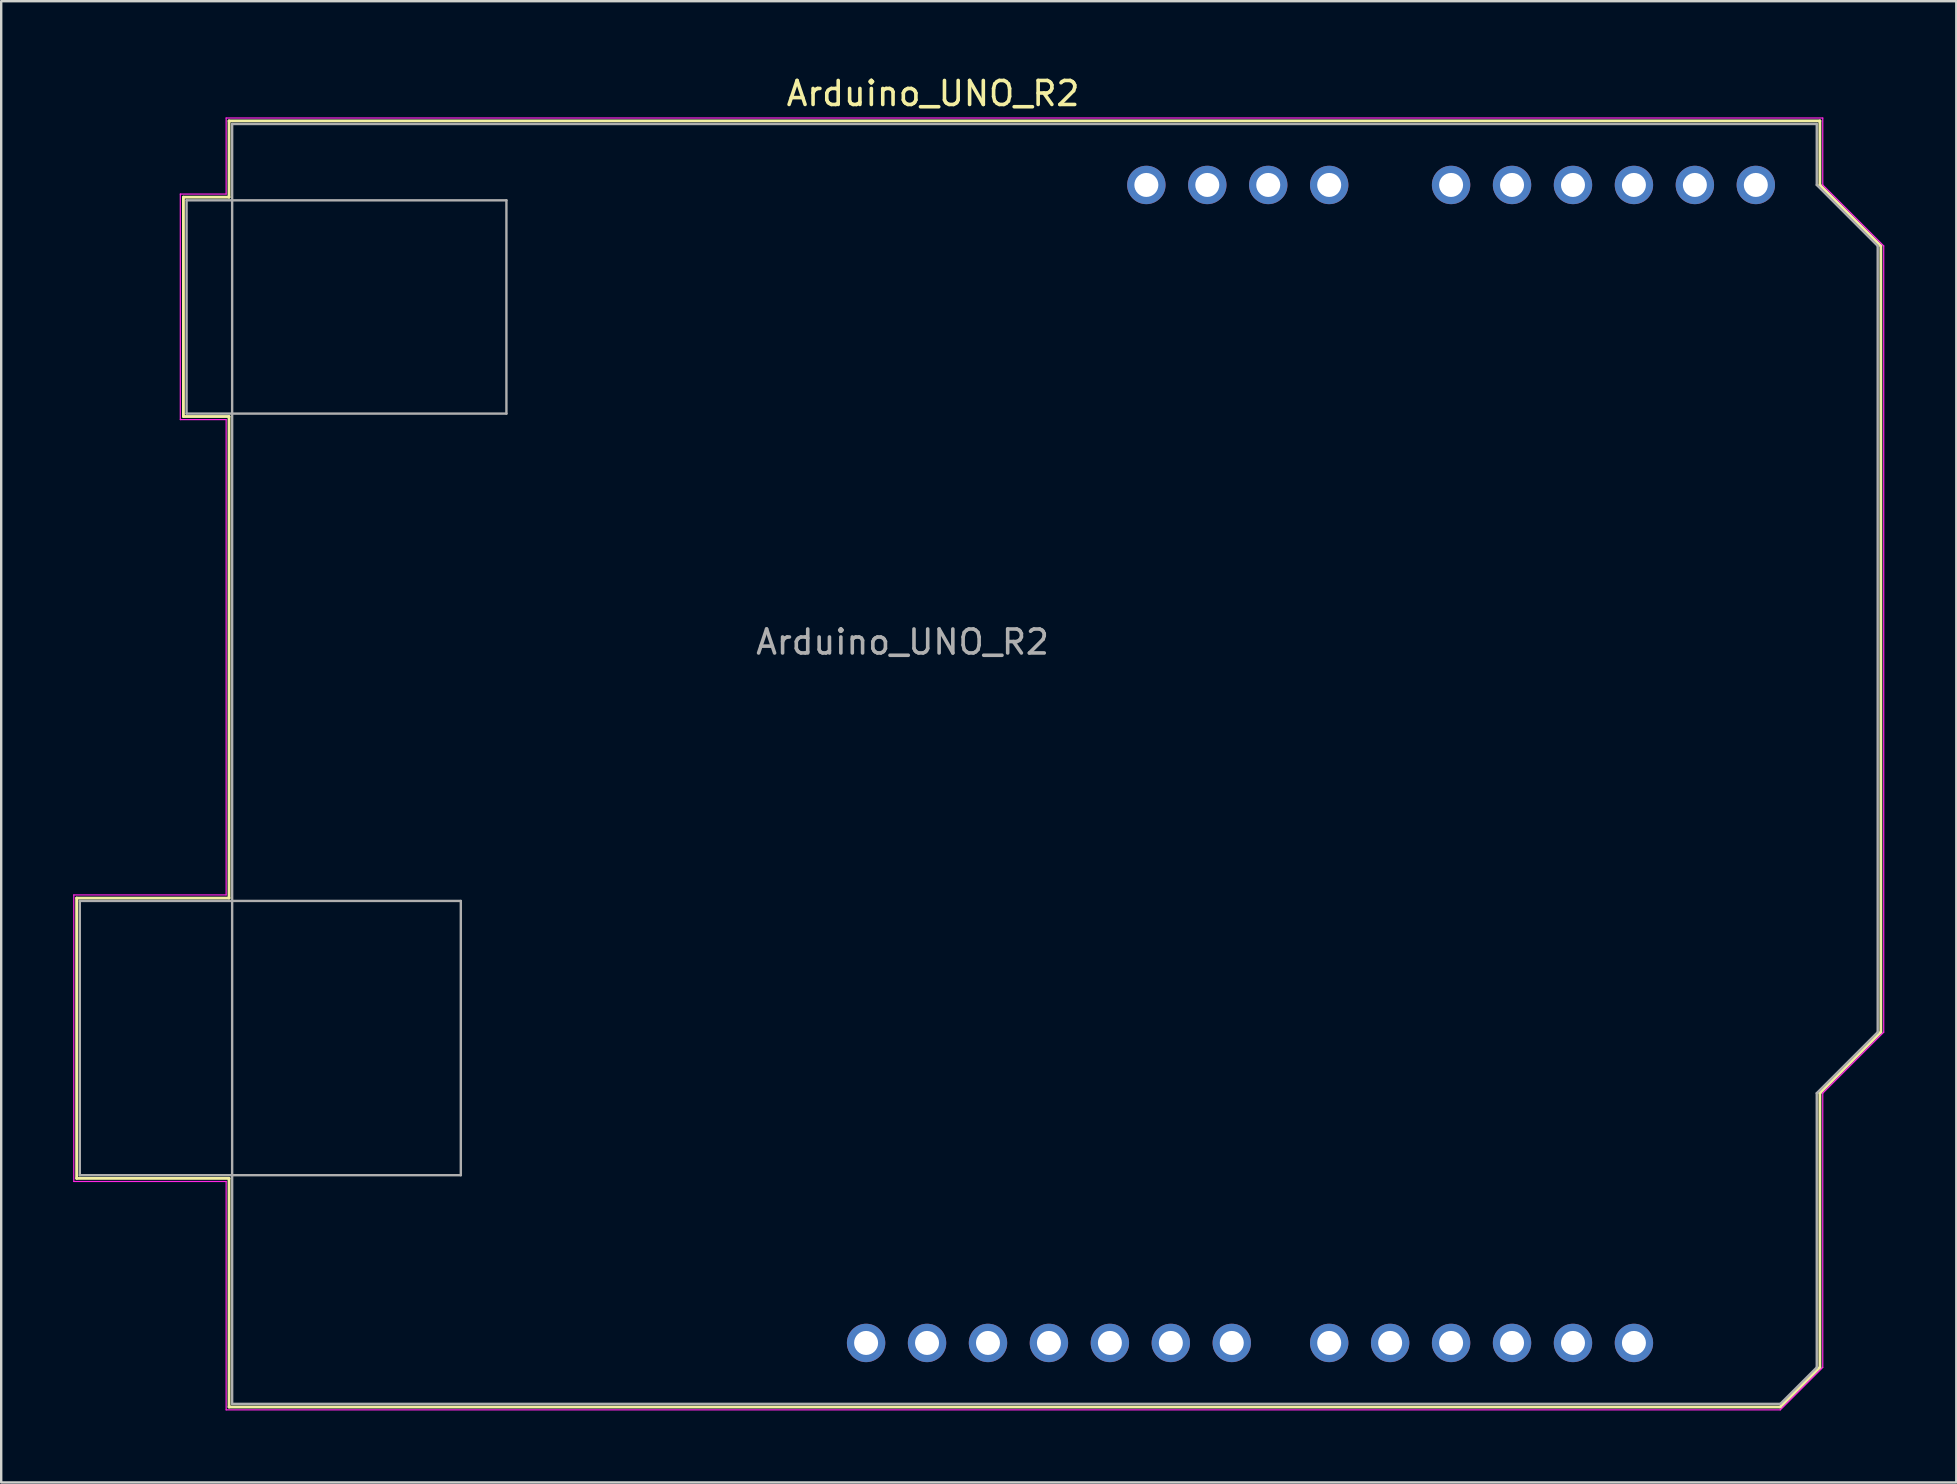
<source format=kicad_pcb>
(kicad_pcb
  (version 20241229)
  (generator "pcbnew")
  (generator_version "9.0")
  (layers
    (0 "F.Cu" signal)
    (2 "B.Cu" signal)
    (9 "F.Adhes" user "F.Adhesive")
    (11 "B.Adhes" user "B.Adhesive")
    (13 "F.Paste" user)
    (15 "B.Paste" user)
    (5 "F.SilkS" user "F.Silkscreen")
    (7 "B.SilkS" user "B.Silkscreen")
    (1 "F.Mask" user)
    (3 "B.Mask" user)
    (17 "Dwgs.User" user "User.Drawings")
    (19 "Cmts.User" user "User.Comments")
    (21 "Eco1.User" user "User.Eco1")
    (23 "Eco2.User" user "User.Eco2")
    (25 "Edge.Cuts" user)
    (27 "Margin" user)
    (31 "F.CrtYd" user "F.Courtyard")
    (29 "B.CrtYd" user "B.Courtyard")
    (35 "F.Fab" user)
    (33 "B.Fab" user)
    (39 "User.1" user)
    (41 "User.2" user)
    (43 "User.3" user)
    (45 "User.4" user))
  (footprint "Arduino_UNO_R2"
    (layer "F.Cu")
    (at 34.565 4.658)
    (property "Reference" "Arduino_UNO_R2" (at 1.27 -3.81 0) (layer "F.SilkS") (effects (font (size 1 1) (thickness 0.15))))
    (attr through_hole allow_missing_courtyard)
    (fp_line (start -34.42 29.72) (end -34.42 41.4) (stroke (width 0.12) (type solid)) (layer "F.SilkS"))
    (fp_line (start -34.42 41.4) (end -28.07 41.4) (stroke (width 0.12) (type solid)) (layer "F.SilkS"))
    (fp_line (start -29.97 0.51) (end -29.97 9.65) (stroke (width 0.12) (type solid)) (layer "F.SilkS"))
    (fp_line (start -29.97 9.65) (end -28.07 9.65) (stroke (width 0.12) (type solid)) (layer "F.SilkS"))
    (fp_line (start -28.07 -2.67) (end -28.07 0.51) (stroke (width 0.12) (type solid)) (layer "F.SilkS"))
    (fp_line (start -28.07 0.51) (end -29.97 0.51) (stroke (width 0.12) (type solid)) (layer "F.SilkS"))
    (fp_line (start -28.07 9.65) (end -28.07 29.72) (stroke (width 0.12) (type solid)) (layer "F.SilkS"))
    (fp_line (start -28.07 29.72) (end -34.42 29.72) (stroke (width 0.12) (type solid)) (layer "F.SilkS"))
    (fp_line (start -28.07 41.4) (end -28.07 50.93) (stroke (width 0.12) (type solid)) (layer "F.SilkS"))
    (fp_line (start -28.07 50.93) (end 36.58 50.93) (stroke (width 0.12) (type solid)) (layer "F.SilkS"))
    (fp_line (start 36.58 50.93) (end 38.23 49.28) (stroke (width 0.12) (type solid)) (layer "F.SilkS"))
    (fp_line (start 38.23 -2.67) (end -28.07 -2.67) (stroke (width 0.12) (type solid)) (layer "F.SilkS"))
    (fp_line (start 38.23 0) (end 38.23 -2.67) (stroke (width 0.12) (type solid)) (layer "F.SilkS"))
    (fp_line (start 38.23 37.85) (end 40.77 35.31) (stroke (width 0.12) (type solid)) (layer "F.SilkS"))
    (fp_line (start 38.23 49.28) (end 38.23 37.85) (stroke (width 0.12) (type solid)) (layer "F.SilkS"))
    (fp_line (start 40.77 2.54) (end 38.23 0) (stroke (width 0.12) (type solid)) (layer "F.SilkS"))
    (fp_line (start 40.77 35.31) (end 40.77 2.54) (stroke (width 0.12) (type solid)) (layer "F.SilkS"))
    (fp_line (start -34.54 29.59) (end -28.19 29.59) (stroke (width 0.05) (type solid)) (layer "F.CrtYd"))
    (fp_line (start -34.54 41.53) (end -34.54 29.59) (stroke (width 0.05) (type solid)) (layer "F.CrtYd"))
    (fp_line (start -30.1 0.38) (end -28.19 0.38) (stroke (width 0.05) (type solid)) (layer "F.CrtYd"))
    (fp_line (start -30.1 9.78) (end -30.1 0.38) (stroke (width 0.05) (type solid)) (layer "F.CrtYd"))
    (fp_line (start -28.19 -2.79) (end 38.35 -2.79) (stroke (width 0.05) (type solid)) (layer "F.CrtYd"))
    (fp_line (start -28.19 0.38) (end -28.19 -2.79) (stroke (width 0.05) (type solid)) (layer "F.CrtYd"))
    (fp_line (start -28.19 9.78) (end -30.1 9.78) (stroke (width 0.05) (type solid)) (layer "F.CrtYd"))
    (fp_line (start -28.19 29.59) (end -28.19 9.78) (stroke (width 0.05) (type solid)) (layer "F.CrtYd"))
    (fp_line (start -28.19 41.53) (end -34.54 41.53) (stroke (width 0.05) (type solid)) (layer "F.CrtYd"))
    (fp_line (start -28.19 51.05) (end -28.19 41.53) (stroke (width 0.05) (type solid)) (layer "F.CrtYd"))
    (fp_line (start 36.58 51.05) (end -28.19 51.05) (stroke (width 0.05) (type solid)) (layer "F.CrtYd"))
    (fp_line (start 38.35 -2.79) (end 38.35 0) (stroke (width 0.05) (type solid)) (layer "F.CrtYd"))
    (fp_line (start 38.35 0) (end 40.89 2.54) (stroke (width 0.05) (type solid)) (layer "F.CrtYd"))
    (fp_line (start 38.35 37.85) (end 38.35 49.28) (stroke (width 0.05) (type solid)) (layer "F.CrtYd"))
    (fp_line (start 38.35 49.28) (end 36.58 51.05) (stroke (width 0.05) (type solid)) (layer "F.CrtYd"))
    (fp_line (start 40.89 2.54) (end 40.89 35.31) (stroke (width 0.05) (type solid)) (layer "F.CrtYd"))
    (fp_line (start 40.89 35.31) (end 38.35 37.85) (stroke (width 0.05) (type solid)) (layer "F.CrtYd"))
    (fp_line (start -34.29 29.84) (end -18.41 29.84) (stroke (width 0.1) (type solid)) (layer "F.Fab"))
    (fp_line (start -34.29 41.27) (end -34.29 29.84) (stroke (width 0.1) (type solid)) (layer "F.Fab"))
    (fp_line (start -29.84 0.64) (end -16.51 0.64) (stroke (width 0.1) (type solid)) (layer "F.Fab"))
    (fp_line (start -29.84 9.53) (end -29.84 0.64) (stroke (width 0.1) (type solid)) (layer "F.Fab"))
    (fp_line (start -27.94 -2.54) (end 38.1 -2.54) (stroke (width 0.1) (type solid)) (layer "F.Fab"))
    (fp_line (start -27.94 50.8) (end -27.94 -2.54) (stroke (width 0.1) (type solid)) (layer "F.Fab"))
    (fp_line (start -18.41 29.84) (end -18.41 41.27) (stroke (width 0.1) (type solid)) (layer "F.Fab"))
    (fp_line (start -18.41 41.27) (end -34.29 41.27) (stroke (width 0.1) (type solid)) (layer "F.Fab"))
    (fp_line (start -16.51 0.64) (end -16.51 9.53) (stroke (width 0.1) (type solid)) (layer "F.Fab"))
    (fp_line (start -16.51 9.53) (end -29.84 9.53) (stroke (width 0.1) (type solid)) (layer "F.Fab"))
    (fp_line (start 36.58 50.8) (end -27.94 50.8) (stroke (width 0.1) (type solid)) (layer "F.Fab"))
    (fp_line (start 38.1 -2.54) (end 38.1 0) (stroke (width 0.1) (type solid)) (layer "F.Fab"))
    (fp_line (start 38.1 0) (end 40.64 2.54) (stroke (width 0.1) (type solid)) (layer "F.Fab"))
    (fp_line (start 38.1 37.85) (end 38.1 49.28) (stroke (width 0.1) (type solid)) (layer "F.Fab"))
    (fp_line (start 38.1 49.28) (end 36.58 50.8) (stroke (width 0.1) (type solid)) (layer "F.Fab"))
    (fp_line (start 40.64 2.54) (end 40.64 35.31) (stroke (width 0.1) (type solid)) (layer "F.Fab"))
    (fp_line (start 40.64 35.31) (end 38.1 37.85) (stroke (width 0.1) (type solid)) (layer "F.Fab"))
    (fp_text user "${REFERENCE}" (at 0 19.05 0) (layer "F.Fab") (effects (font (size 1 1) (thickness 0.15))))
    (pad "5" thru_hole oval (at 10.16 0 90) (size 1.6 1.6) (drill 1) (layers "*.Cu" "*.Mask"))
    (pad "6" thru_hole oval (at 12.7 0 90) (size 1.6 1.6) (drill 1) (layers "*.Cu" "*.Mask"))
    (pad "7" thru_hole oval (at 15.24 0 90) (size 1.6 1.6) (drill 1) (layers "*.Cu" "*.Mask"))
    (pad "8" thru_hole oval (at 17.78 0 90) (size 1.6 1.6) (drill 1) (layers "*.Cu" "*.Mask"))
    (pad "9" thru_hole oval (at 22.86 0 90) (size 1.6 1.6) (drill 1) (layers "*.Cu" "*.Mask"))
    (pad "10" thru_hole oval (at 25.4 0 90) (size 1.6 1.6) (drill 1) (layers "*.Cu" "*.Mask"))
    (pad "11" thru_hole oval (at 27.94 0 90) (size 1.6 1.6) (drill 1) (layers "*.Cu" "*.Mask"))
    (pad "12" thru_hole oval (at 30.48 0 90) (size 1.6 1.6) (drill 1) (layers "*.Cu" "*.Mask"))
    (pad "13" thru_hole oval (at 33.02 0 90) (size 1.6 1.6) (drill 1) (layers "*.Cu" "*.Mask"))
    (pad "14" thru_hole oval (at 35.56 0 90) (size 1.6 1.6) (drill 1) (layers "*.Cu" "*.Mask"))
    (pad "17" thru_hole oval (at 30.48 48.26 90) (size 1.6 1.6) (drill 1) (layers "*.Cu" "*.Mask"))
    (pad "18" thru_hole oval (at 27.94 48.26 90) (size 1.6 1.6) (drill 1) (layers "*.Cu" "*.Mask"))
    (pad "19" thru_hole oval (at 25.4 48.26 90) (size 1.6 1.6) (drill 1) (layers "*.Cu" "*.Mask"))
    (pad "20" thru_hole oval (at 22.86 48.26 90) (size 1.6 1.6) (drill 1) (layers "*.Cu" "*.Mask"))
    (pad "21" thru_hole oval (at 20.32 48.26 90) (size 1.6 1.6) (drill 1) (layers "*.Cu" "*.Mask"))
    (pad "22" thru_hole oval (at 17.78 48.26 90) (size 1.6 1.6) (drill 1) (layers "*.Cu" "*.Mask"))
    (pad "23" thru_hole oval (at 13.72 48.26 90) (size 1.6 1.6) (drill 1) (layers "*.Cu" "*.Mask"))
    (pad "24" thru_hole oval (at 11.18 48.26 90) (size 1.6 1.6) (drill 1) (layers "*.Cu" "*.Mask"))
    (pad "25" thru_hole oval (at 8.64 48.26 90) (size 1.6 1.6) (drill 1) (layers "*.Cu" "*.Mask"))
    (pad "26" thru_hole oval (at 6.1 48.26 90) (size 1.6 1.6) (drill 1) (layers "*.Cu" "*.Mask"))
    (pad "27" thru_hole oval (at 3.56 48.26 90) (size 1.6 1.6) (drill 1) (layers "*.Cu" "*.Mask"))
    (pad "28" thru_hole oval (at 1.02 48.26 90) (size 1.6 1.6) (drill 1) (layers "*.Cu" "*.Mask"))
    (pad "29" thru_hole oval (at -1.52 48.26 90) (size 1.6 1.6) (drill 1) (layers "*.Cu" "*.Mask")))
  (gr_rect
    (start -3 -3)
    (end 78.48 58.733)
    (stroke (width 0.1) (type default))
    (fill no)
    (layer "Edge.Cuts")))
</source>
